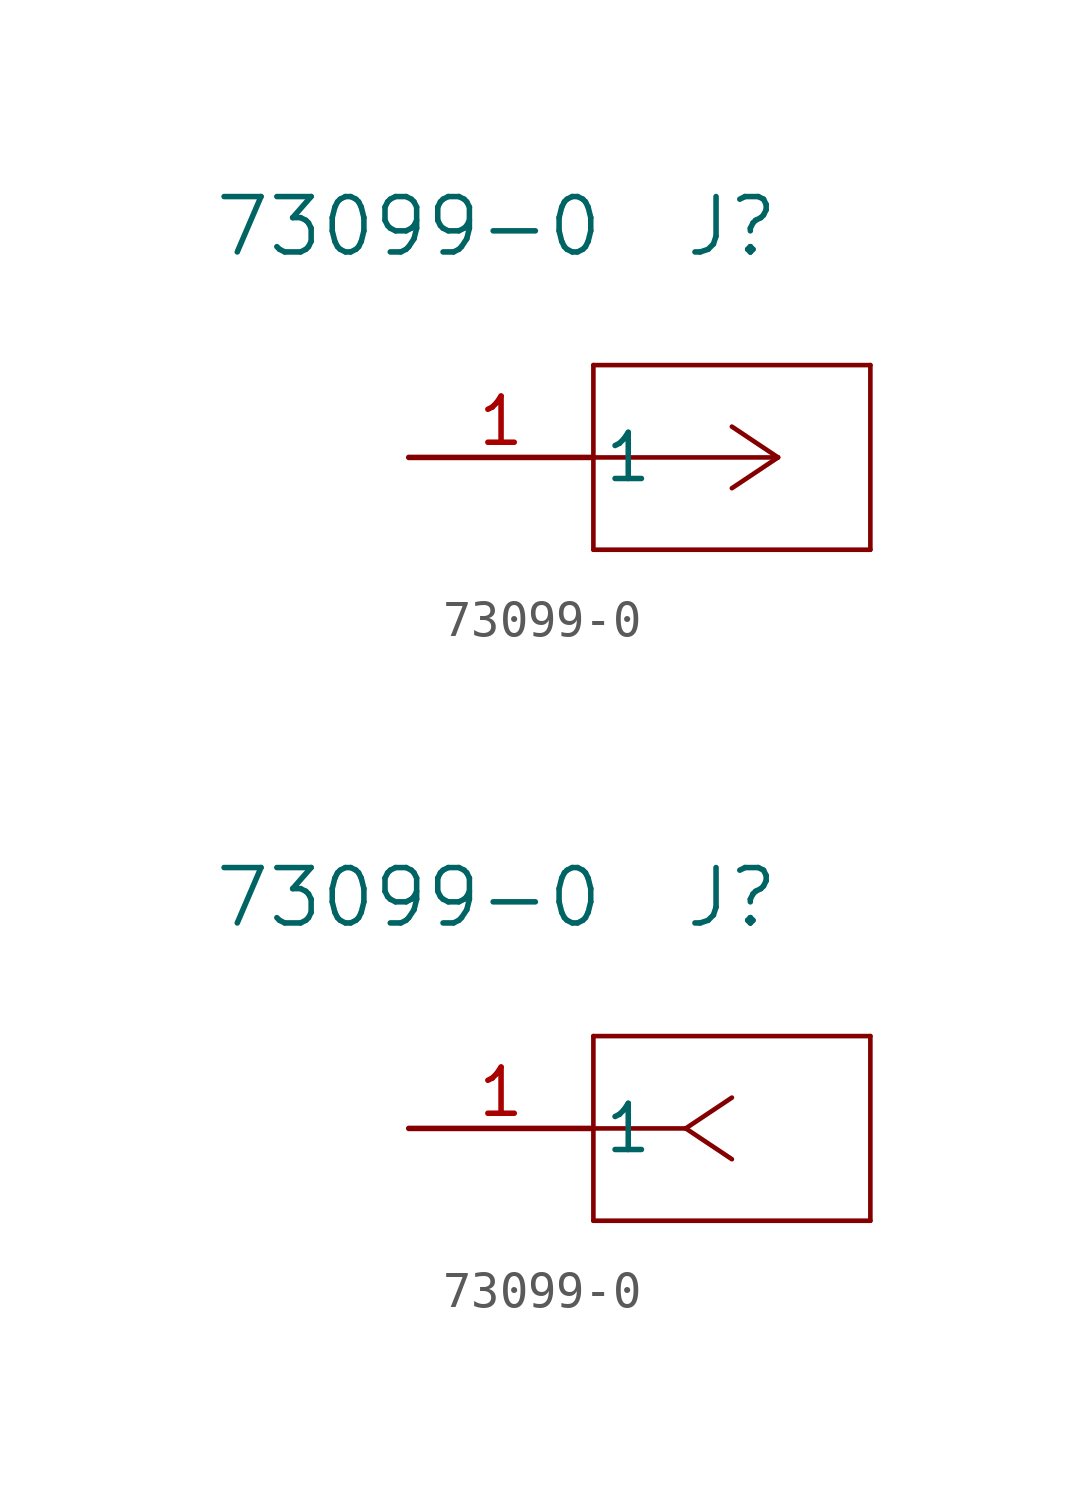
<source format=kicad_sym>
(kicad_symbol_lib
  (version 20220914)
  (generator kicad_symbol_editor)
  (symbol "73099-0"
    (pin_names
      (offset 0.254))
    (property "Reference" "J"
      (at 8.89 6.35 0)
      (effects (font (size 1.524 1.524))))
    (property "Value" "73099-0"
      (at 0 6.35 0)
      (effects (font (size 1.524 1.524))))
    (property "ki_locked" ""
      (at 0 0 0)
      (effects (font (size 1.27 1.27))))
    (symbol "73099-0_1_1"
      (polyline (pts (xy 5.08 -2.54) (xy 12.7 -2.54)) (stroke (width 0.127) (type default)) (fill (type none)))
      (polyline (pts (xy 5.08 2.54) (xy 5.08 -2.54)) (stroke (width 0.127) (type default)) (fill (type none)))
      (polyline (pts (xy 10.16 0) (xy 5.08 0)) (stroke (width 0.127) (type default)) (fill (type none)))
      (polyline (pts (xy 10.16 0) (xy 8.89 -0.847)) (stroke (width 0.127) (type default)) (fill (type none)))
      (polyline (pts (xy 10.16 0) (xy 8.89 0.847)) (stroke (width 0.127) (type default)) (fill (type none)))
      (polyline (pts (xy 12.7 -2.54) (xy 12.7 2.54)) (stroke (width 0.127) (type default)) (fill (type none)))
      (polyline (pts (xy 12.7 2.54) (xy 5.08 2.54)) (stroke (width 0.127) (type default)) (fill (type none)))
      (pin power_out line (at 0 0 0) (length 5.08) (name "1" (effects (font (size 1.27 1.27)))) (number "1" (effects (font (size 1.27 1.27))))))
    (symbol "73099-0_1_2"
      (polyline (pts (xy 5.08 -2.54) (xy 12.7 -2.54)) (stroke (width 0.127) (type default)) (fill (type none)))
      (polyline (pts (xy 5.08 2.54) (xy 5.08 -2.54)) (stroke (width 0.127) (type default)) (fill (type none)))
      (polyline (pts (xy 7.62 0) (xy 5.08 0)) (stroke (width 0.127) (type default)) (fill (type none)))
      (polyline (pts (xy 7.62 0) (xy 8.89 -0.847)) (stroke (width 0.127) (type default)) (fill (type none)))
      (polyline (pts (xy 7.62 0) (xy 8.89 0.847)) (stroke (width 0.127) (type default)) (fill (type none)))
      (polyline (pts (xy 12.7 -2.54) (xy 12.7 2.54)) (stroke (width 0.127) (type default)) (fill (type none)))
      (polyline (pts (xy 12.7 2.54) (xy 5.08 2.54)) (stroke (width 0.127) (type default)) (fill (type none)))
      (pin unspecified line (at 0 0 0) (length 5.08) (name "1" (effects (font (size 1.27 1.27)))) (number "1" (effects (font (size 1.27 1.27))))))))
</source>
